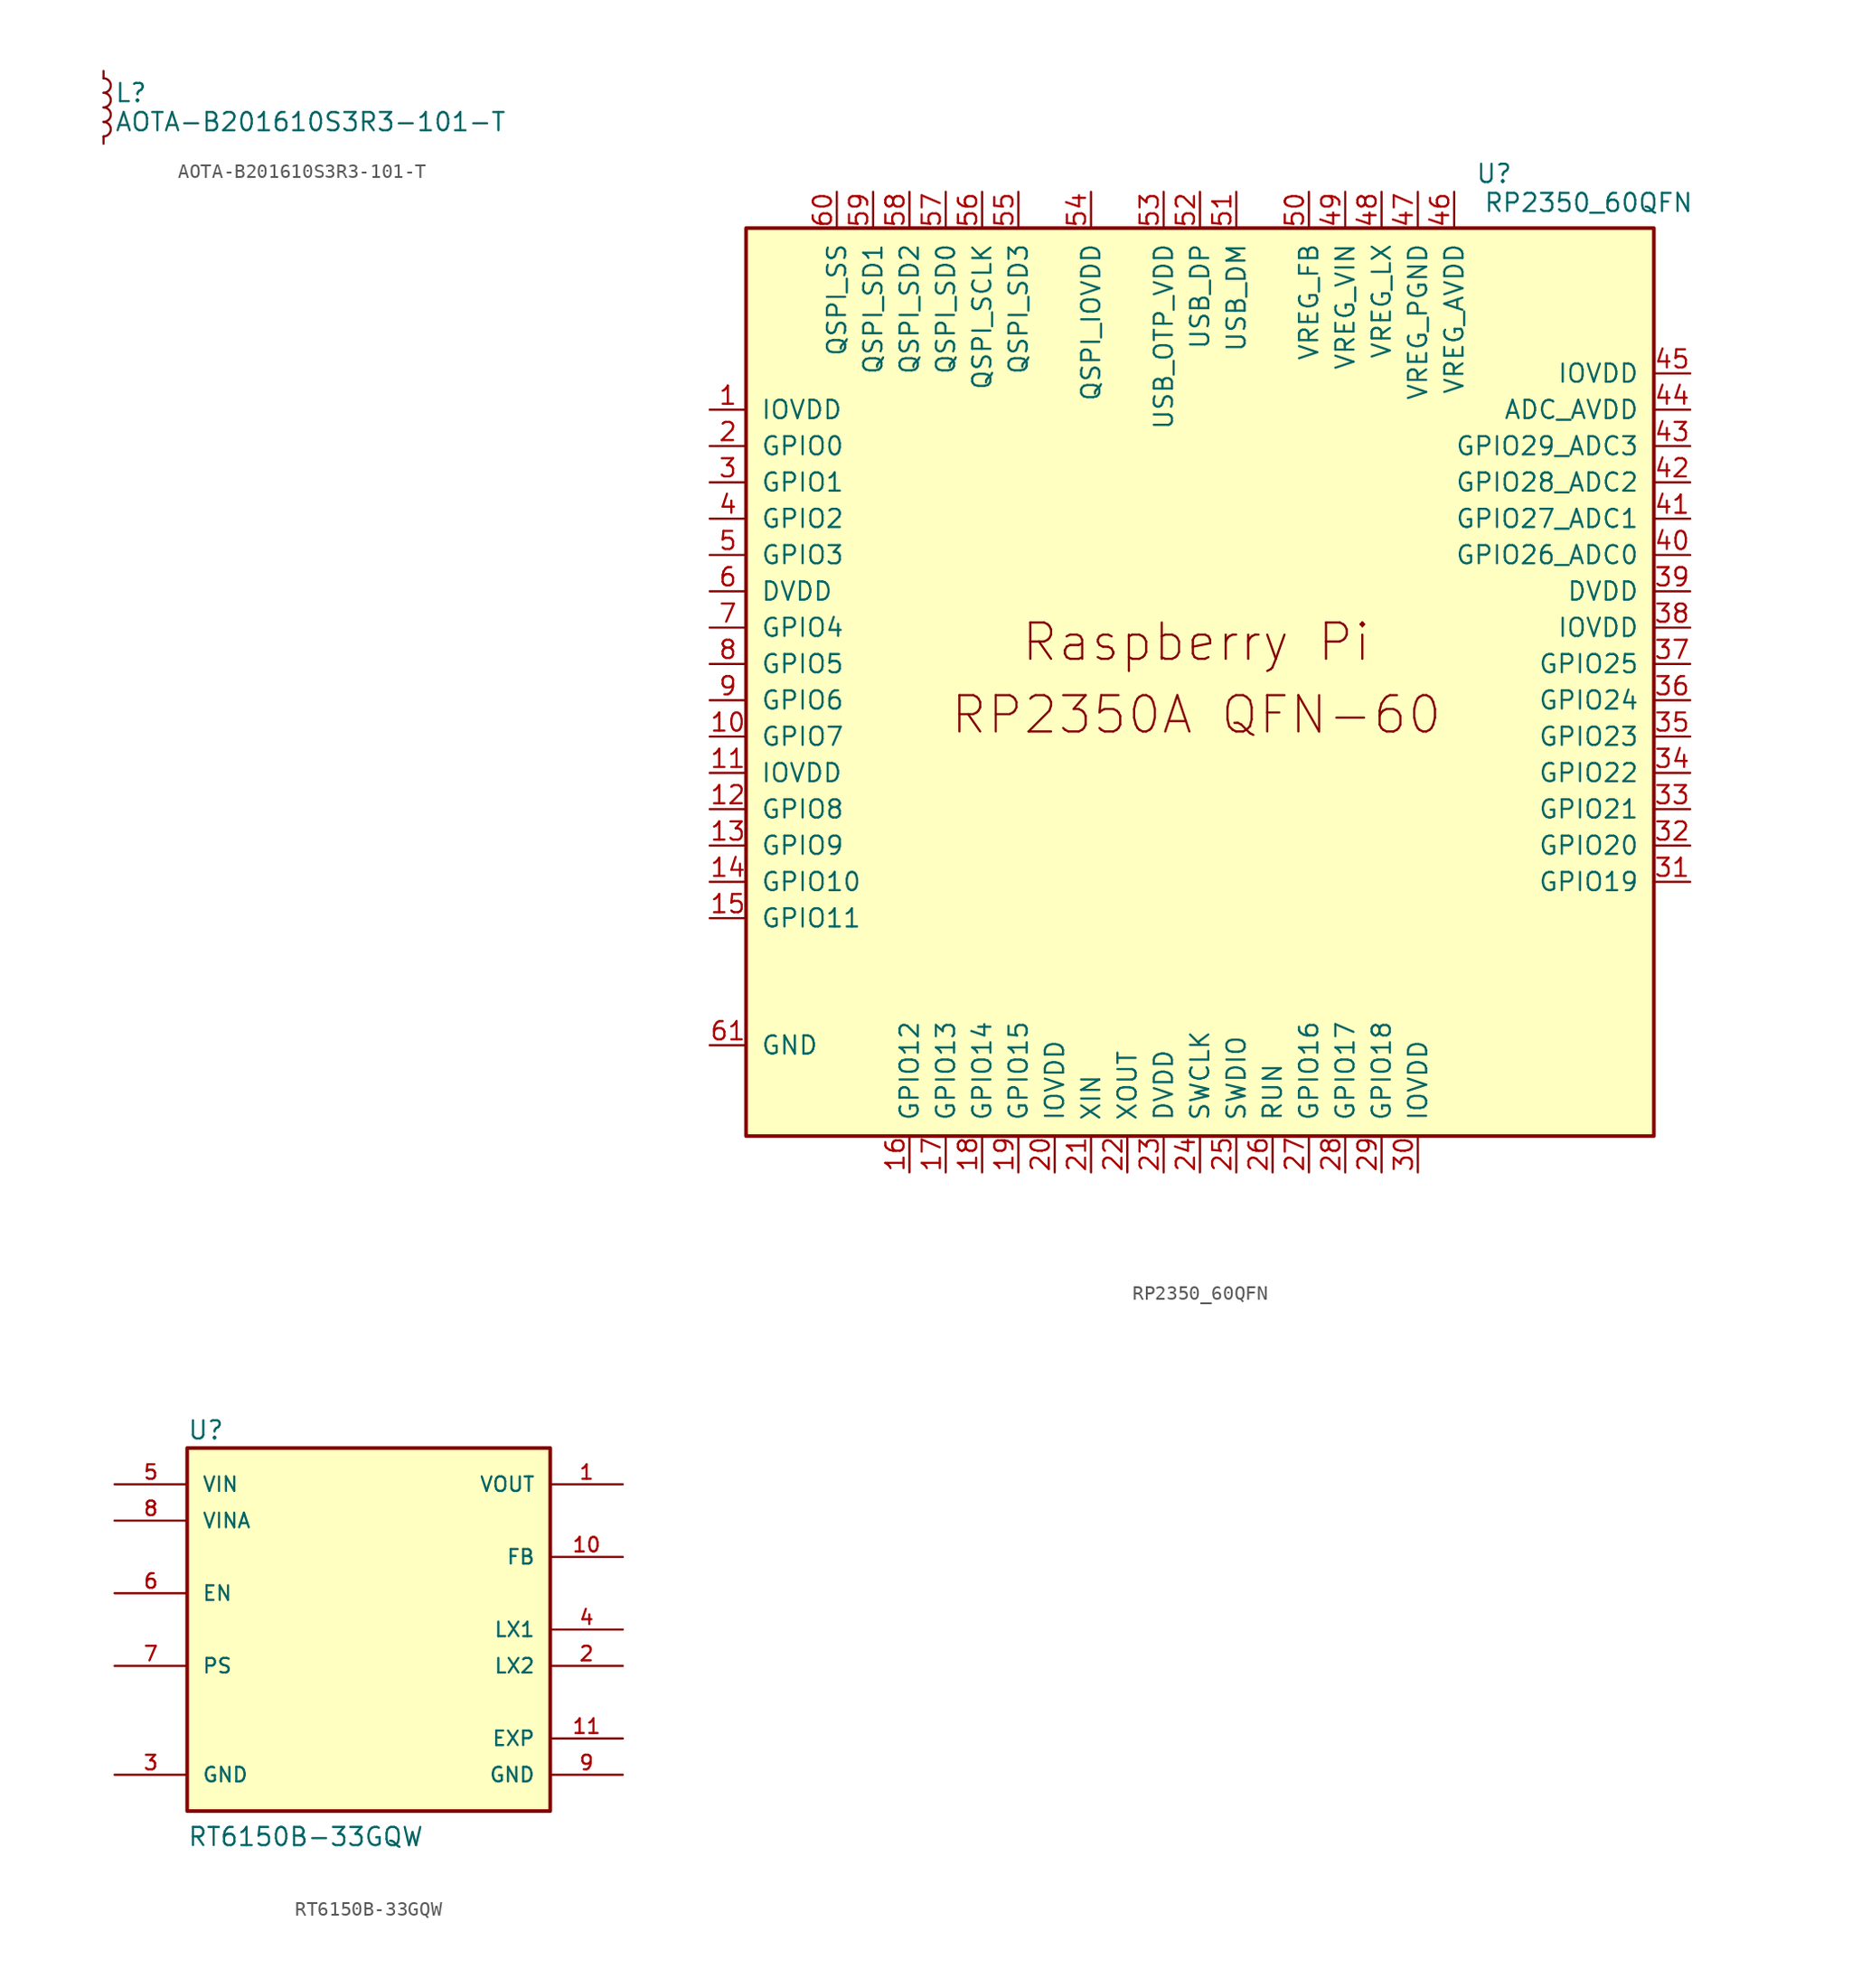
<source format=kicad_sym>
(kicad_symbol_lib
  (version 20231120)
  (generator "kicad_symbol_editor")
  (generator_version "8.0")
  (symbol "AOTA-B201610S3R3-101-T"
    (pin_numbers hide)
    (pin_names
      (offset 0.254) hide)
    (property "Reference" "L"
      (at 0.762 1.016 0)
      (effects (font (size 1.27 1.27)) (justify left)))
    (property "Value" "AOTA-B201610S3R3-101-T"
      (at 0.762 -1.016 0)
      (effects (font (size 1.27 1.27)) (justify left)))
    (symbol "AOTA-B201610S3R3-101-T_0_1"
      (arc (start 0 -2.032) (mid 0.5058 -1.524) (end 0 -1.016) (stroke (width 0) (type default)) (fill (type none)))
      (arc (start 0 -1.016) (mid 0.5058 -0.508) (end 0 0) (stroke (width 0) (type default)) (fill (type none)))
      (arc (start 0 0) (mid 0.5058 0.508) (end 0 1.016) (stroke (width 0) (type default)) (fill (type none)))
      (arc (start 0 1.016) (mid 0.5058 1.524) (end 0 2.032) (stroke (width 0) (type default)) (fill (type none))))
    (symbol "AOTA-B201610S3R3-101-T_1_1"
      (pin passive line (at 0 2.54 270) (length 0.508) (name "~" (effects (font (size 1.27 1.27)))) (number "1" (effects (font (size 1.27 1.27)))))
      (pin passive line (at 0 -2.54 90) (length 0.508) (name "~" (effects (font (size 1.27 1.27)))) (number "2" (effects (font (size 1.27 1.27)))))))
  (symbol "RP2350_60QFN"
    (pin_names
      (offset 1.016))
    (property "Reference" "U"
      (at 23.114 52.07 0)
      (effects (font (size 1.27 1.27))))
    (property "Value" "RP2350_60QFN"
      (at 29.718 50.038 0)
      (effects (font (size 1.27 1.27))))
    (symbol "RP2350_60QFN_0_0"
      (text "Raspberry Pi" (at 2.286 19.304 0) (effects (font (size 2.54 2.54)))))
    (symbol "RP2350_60QFN_0_1"
      (rectangle (start -29.21 48.26) (end 34.29 -15.24) (stroke (width 0.254) (type default)) (fill (type background))))
    (symbol "RP2350_60QFN_1_0"
      (text "RP2350A QFN-60" (at 2.286 14.224 0) (effects (font (size 2.54 2.54)))))
    (symbol "RP2350_60QFN_1_1"
      (pin power_in line (at -31.75 35.56 0) (length 2.54) (name "IOVDD" (effects (font (size 1.27 1.27)))) (number "1" (effects (font (size 1.27 1.27)))))
      (pin bidirectional line (at -31.75 12.7 0) (length 2.54) (name "GPIO7" (effects (font (size 1.27 1.27)))) (number "10" (effects (font (size 1.27 1.27)))))
      (pin power_in line (at -31.75 10.16 0) (length 2.54) (name "IOVDD" (effects (font (size 1.27 1.27)))) (number "11" (effects (font (size 1.27 1.27)))))
      (pin bidirectional line (at -31.75 7.62 0) (length 2.54) (name "GPIO8" (effects (font (size 1.27 1.27)))) (number "12" (effects (font (size 1.27 1.27)))))
      (pin bidirectional line (at -31.75 5.08 0) (length 2.54) (name "GPIO9" (effects (font (size 1.27 1.27)))) (number "13" (effects (font (size 1.27 1.27)))))
      (pin bidirectional line (at -31.75 2.54 0) (length 2.54) (name "GPIO10" (effects (font (size 1.27 1.27)))) (number "14" (effects (font (size 1.27 1.27)))))
      (pin bidirectional line (at -31.75 0 0) (length 2.54) (name "GPIO11" (effects (font (size 1.27 1.27)))) (number "15" (effects (font (size 1.27 1.27)))))
      (pin bidirectional line (at -17.78 -17.78 90) (length 2.54) (name "GPIO12" (effects (font (size 1.27 1.27)))) (number "16" (effects (font (size 1.27 1.27)))))
      (pin bidirectional line (at -15.24 -17.78 90) (length 2.54) (name "GPIO13" (effects (font (size 1.27 1.27)))) (number "17" (effects (font (size 1.27 1.27)))))
      (pin bidirectional line (at -12.7 -17.78 90) (length 2.54) (name "GPIO14" (effects (font (size 1.27 1.27)))) (number "18" (effects (font (size 1.27 1.27)))))
      (pin bidirectional line (at -10.16 -17.78 90) (length 2.54) (name "GPIO15" (effects (font (size 1.27 1.27)))) (number "19" (effects (font (size 1.27 1.27)))))
      (pin bidirectional line (at -31.75 33.02 0) (length 2.54) (name "GPIO0" (effects (font (size 1.27 1.27)))) (number "2" (effects (font (size 1.27 1.27)))))
      (pin power_in line (at -7.62 -17.78 90) (length 2.54) (name "IOVDD" (effects (font (size 1.27 1.27)))) (number "20" (effects (font (size 1.27 1.27)))))
      (pin passive line (at -5.08 -17.78 90) (length 2.54) (name "XIN" (effects (font (size 1.27 1.27)))) (number "21" (effects (font (size 1.27 1.27)))))
      (pin bidirectional line (at -2.54 -17.78 90) (length 2.54) (name "XOUT" (effects (font (size 1.27 1.27)))) (number "22" (effects (font (size 1.27 1.27)))))
      (pin power_in line (at 0 -17.78 90) (length 2.54) (name "DVDD" (effects (font (size 1.27 1.27)))) (number "23" (effects (font (size 1.27 1.27)))))
      (pin passive line (at 2.54 -17.78 90) (length 2.54) (name "SWCLK" (effects (font (size 1.27 1.27)))) (number "24" (effects (font (size 1.27 1.27)))))
      (pin passive line (at 5.08 -17.78 90) (length 2.54) (name "SWDIO" (effects (font (size 1.27 1.27)))) (number "25" (effects (font (size 1.27 1.27)))))
      (pin passive line (at 7.62 -17.78 90) (length 2.54) (name "RUN" (effects (font (size 1.27 1.27)))) (number "26" (effects (font (size 1.27 1.27)))))
      (pin bidirectional line (at 10.16 -17.78 90) (length 2.54) (name "GPIO16" (effects (font (size 1.27 1.27)))) (number "27" (effects (font (size 1.27 1.27)))))
      (pin bidirectional line (at 12.7 -17.78 90) (length 2.54) (name "GPIO17" (effects (font (size 1.27 1.27)))) (number "28" (effects (font (size 1.27 1.27)))))
      (pin bidirectional line (at 15.24 -17.78 90) (length 2.54) (name "GPIO18" (effects (font (size 1.27 1.27)))) (number "29" (effects (font (size 1.27 1.27)))))
      (pin bidirectional line (at -31.75 30.48 0) (length 2.54) (name "GPIO1" (effects (font (size 1.27 1.27)))) (number "3" (effects (font (size 1.27 1.27)))))
      (pin power_in line (at 17.78 -17.78 90) (length 2.54) (name "IOVDD" (effects (font (size 1.27 1.27)))) (number "30" (effects (font (size 1.27 1.27)))))
      (pin bidirectional line (at 36.83 2.54 180) (length 2.54) (name "GPIO19" (effects (font (size 1.27 1.27)))) (number "31" (effects (font (size 1.27 1.27)))))
      (pin bidirectional line (at 36.83 5.08 180) (length 2.54) (name "GPIO20" (effects (font (size 1.27 1.27)))) (number "32" (effects (font (size 1.27 1.27)))))
      (pin bidirectional line (at 36.83 7.62 180) (length 2.54) (name "GPIO21" (effects (font (size 1.27 1.27)))) (number "33" (effects (font (size 1.27 1.27)))))
      (pin bidirectional line (at 36.83 10.16 180) (length 2.54) (name "GPIO22" (effects (font (size 1.27 1.27)))) (number "34" (effects (font (size 1.27 1.27)))))
      (pin bidirectional line (at 36.83 12.7 180) (length 2.54) (name "GPIO23" (effects (font (size 1.27 1.27)))) (number "35" (effects (font (size 1.27 1.27)))))
      (pin bidirectional line (at 36.83 15.24 180) (length 2.54) (name "GPIO24" (effects (font (size 1.27 1.27)))) (number "36" (effects (font (size 1.27 1.27)))))
      (pin bidirectional line (at 36.83 17.78 180) (length 2.54) (name "GPIO25" (effects (font (size 1.27 1.27)))) (number "37" (effects (font (size 1.27 1.27)))))
      (pin power_in line (at 36.83 20.32 180) (length 2.54) (name "IOVDD" (effects (font (size 1.27 1.27)))) (number "38" (effects (font (size 1.27 1.27)))))
      (pin power_in line (at 36.83 22.86 180) (length 2.54) (name "DVDD" (effects (font (size 1.27 1.27)))) (number "39" (effects (font (size 1.27 1.27)))))
      (pin bidirectional line (at -31.75 27.94 0) (length 2.54) (name "GPIO2" (effects (font (size 1.27 1.27)))) (number "4" (effects (font (size 1.27 1.27)))))
      (pin bidirectional line (at 36.83 25.4 180) (length 2.54) (name "GPIO26_ADC0" (effects (font (size 1.27 1.27)))) (number "40" (effects (font (size 1.27 1.27)))))
      (pin bidirectional line (at 36.83 27.94 180) (length 2.54) (name "GPIO27_ADC1" (effects (font (size 1.27 1.27)))) (number "41" (effects (font (size 1.27 1.27)))))
      (pin bidirectional line (at 36.83 30.48 180) (length 2.54) (name "GPIO28_ADC2" (effects (font (size 1.27 1.27)))) (number "42" (effects (font (size 1.27 1.27)))))
      (pin bidirectional line (at 36.83 33.02 180) (length 2.54) (name "GPIO29_ADC3" (effects (font (size 1.27 1.27)))) (number "43" (effects (font (size 1.27 1.27)))))
      (pin power_in line (at 36.83 35.56 180) (length 2.54) (name "ADC_AVDD" (effects (font (size 1.27 1.27)))) (number "44" (effects (font (size 1.27 1.27)))))
      (pin power_in line (at 36.83 38.1 180) (length 2.54) (name "IOVDD" (effects (font (size 1.27 1.27)))) (number "45" (effects (font (size 1.27 1.27)))))
      (pin power_in line (at 20.32 50.8 270) (length 2.54) (name "VREG_AVDD" (effects (font (size 1.27 1.27)))) (number "46" (effects (font (size 1.27 1.27)))))
      (pin power_in line (at 17.78 50.8 270) (length 2.54) (name "VREG_PGND" (effects (font (size 1.27 1.27)))) (number "47" (effects (font (size 1.27 1.27)))))
      (pin power_in line (at 15.24 50.8 270) (length 2.54) (name "VREG_LX" (effects (font (size 1.27 1.27)))) (number "48" (effects (font (size 1.27 1.27)))))
      (pin power_in line (at 12.7 50.8 270) (length 2.54) (name "VREG_VIN" (effects (font (size 1.27 1.27)))) (number "49" (effects (font (size 1.27 1.27)))))
      (pin bidirectional line (at -31.75 25.4 0) (length 2.54) (name "GPIO3" (effects (font (size 1.27 1.27)))) (number "5" (effects (font (size 1.27 1.27)))))
      (pin power_in line (at 10.16 50.8 270) (length 2.54) (name "VREG_FB" (effects (font (size 1.27 1.27)))) (number "50" (effects (font (size 1.27 1.27)))))
      (pin bidirectional line (at 5.08 50.8 270) (length 2.54) (name "USB_DM" (effects (font (size 1.27 1.27)))) (number "51" (effects (font (size 1.27 1.27)))))
      (pin bidirectional line (at 2.54 50.8 270) (length 2.54) (name "USB_DP" (effects (font (size 1.27 1.27)))) (number "52" (effects (font (size 1.27 1.27)))))
      (pin power_in line (at 0 50.8 270) (length 2.54) (name "USB_OTP_VDD" (effects (font (size 1.27 1.27)))) (number "53" (effects (font (size 1.27 1.27)))))
      (pin power_in line (at -5.08 50.8 270) (length 2.54) (name "QSPI_IOVDD" (effects (font (size 1.27 1.27)))) (number "54" (effects (font (size 1.27 1.27)))))
      (pin passive line (at -10.16 50.8 270) (length 2.54) (name "QSPI_SD3" (effects (font (size 1.27 1.27)))) (number "55" (effects (font (size 1.27 1.27)))))
      (pin passive line (at -12.7 50.8 270) (length 2.54) (name "QSPI_SCLK" (effects (font (size 1.27 1.27)))) (number "56" (effects (font (size 1.27 1.27)))))
      (pin passive line (at -15.24 50.8 270) (length 2.54) (name "QSPI_SD0" (effects (font (size 1.27 1.27)))) (number "57" (effects (font (size 1.27 1.27)))))
      (pin passive line (at -17.78 50.8 270) (length 2.54) (name "QSPI_SD2" (effects (font (size 1.27 1.27)))) (number "58" (effects (font (size 1.27 1.27)))))
      (pin passive line (at -20.32 50.8 270) (length 2.54) (name "QSPI_SD1" (effects (font (size 1.27 1.27)))) (number "59" (effects (font (size 1.27 1.27)))))
      (pin power_in line (at -31.75 22.86 0) (length 2.54) (name "DVDD" (effects (font (size 1.27 1.27)))) (number "6" (effects (font (size 1.27 1.27)))))
      (pin passive line (at -22.86 50.8 270) (length 2.54) (name "QSPI_SS" (effects (font (size 1.27 1.27)))) (number "60" (effects (font (size 1.27 1.27)))))
      (pin power_in line (at -31.75 -8.89 0) (length 2.54) (name "GND" (effects (font (size 1.27 1.27)))) (number "61" (effects (font (size 1.27 1.27)))))
      (pin bidirectional line (at -31.75 20.32 0) (length 2.54) (name "GPIO4" (effects (font (size 1.27 1.27)))) (number "7" (effects (font (size 1.27 1.27)))))
      (pin bidirectional line (at -31.75 17.78 0) (length 2.54) (name "GPIO5" (effects (font (size 1.27 1.27)))) (number "8" (effects (font (size 1.27 1.27)))))
      (pin bidirectional line (at -31.75 15.24 0) (length 2.54) (name "GPIO6" (effects (font (size 1.27 1.27)))) (number "9" (effects (font (size 1.27 1.27)))))))
  (symbol "RT6150B-33GQW"
    (pin_names
      (offset 1.016))
    (property "Reference" "U"
      (at -12.7 13.208 0)
      (effects (font (size 1.27 1.27)) (justify left bottom)))
    (property "Value" "RT6150B-33GQW"
      (at -12.7 -15.24 0)
      (effects (font (size 1.27 1.27)) (justify left bottom)))
    (symbol "RT6150B-33GQW_0_0"
      (rectangle (start -12.7 -12.7) (end 12.7 12.7) (stroke (width 0.254) (type default)) (fill (type background)))
      (pin output line (at 17.78 10.16 180) (length 5.08) (name "VOUT" (effects (font (size 1.016 1.016)))) (number "1" (effects (font (size 1.016 1.016)))))
      (pin input line (at 17.78 5.08 180) (length 5.08) (name "FB" (effects (font (size 1.016 1.016)))) (number "10" (effects (font (size 1.016 1.016)))))
      (pin power_in line (at 17.78 -7.62 180) (length 5.08) (name "EXP" (effects (font (size 1.016 1.016)))) (number "11" (effects (font (size 1.016 1.016)))))
      (pin passive line (at 17.78 -2.54 180) (length 5.08) (name "LX2" (effects (font (size 1.016 1.016)))) (number "2" (effects (font (size 1.016 1.016)))))
      (pin power_in line (at -17.78 -10.16 0) (length 5.08) (name "GND" (effects (font (size 1.016 1.016)))) (number "3" (effects (font (size 1.016 1.016)))))
      (pin passive line (at 17.78 0 180) (length 5.08) (name "LX1" (effects (font (size 1.016 1.016)))) (number "4" (effects (font (size 1.016 1.016)))))
      (pin input line (at -17.78 10.16 0) (length 5.08) (name "VIN" (effects (font (size 1.016 1.016)))) (number "5" (effects (font (size 1.016 1.016)))))
      (pin input line (at -17.78 2.54 0) (length 5.08) (name "EN" (effects (font (size 1.016 1.016)))) (number "6" (effects (font (size 1.016 1.016)))))
      (pin input line (at -17.78 -2.54 0) (length 5.08) (name "PS" (effects (font (size 1.016 1.016)))) (number "7" (effects (font (size 1.016 1.016)))))
      (pin input line (at -17.78 7.62 0) (length 5.08) (name "VINA" (effects (font (size 1.016 1.016)))) (number "8" (effects (font (size 1.016 1.016)))))
      (pin power_in line (at 17.78 -10.16 180) (length 5.08) (name "GND" (effects (font (size 1.016 1.016)))) (number "9" (effects (font (size 1.016 1.016))))))))
</source>
